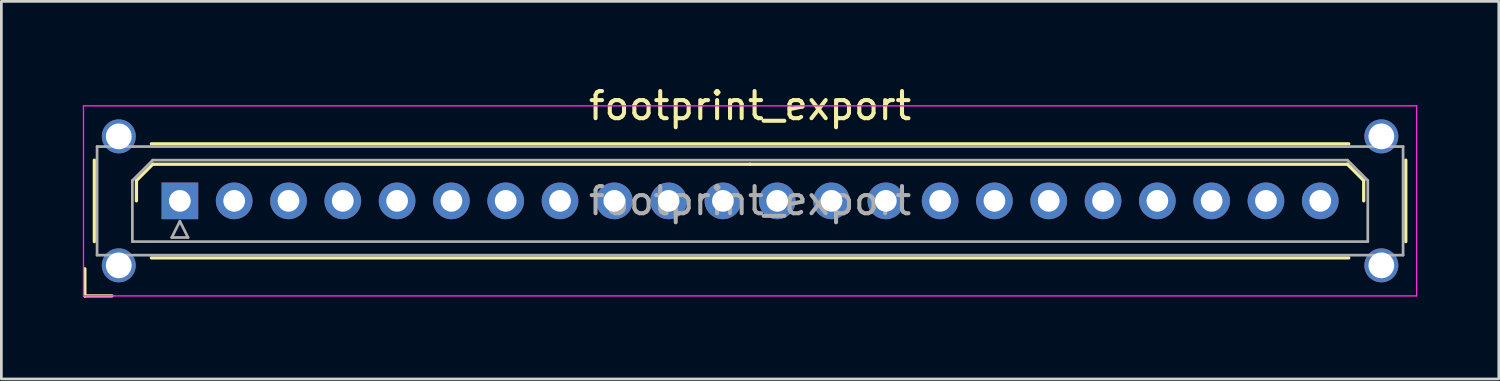
<source format=kicad_pcb>
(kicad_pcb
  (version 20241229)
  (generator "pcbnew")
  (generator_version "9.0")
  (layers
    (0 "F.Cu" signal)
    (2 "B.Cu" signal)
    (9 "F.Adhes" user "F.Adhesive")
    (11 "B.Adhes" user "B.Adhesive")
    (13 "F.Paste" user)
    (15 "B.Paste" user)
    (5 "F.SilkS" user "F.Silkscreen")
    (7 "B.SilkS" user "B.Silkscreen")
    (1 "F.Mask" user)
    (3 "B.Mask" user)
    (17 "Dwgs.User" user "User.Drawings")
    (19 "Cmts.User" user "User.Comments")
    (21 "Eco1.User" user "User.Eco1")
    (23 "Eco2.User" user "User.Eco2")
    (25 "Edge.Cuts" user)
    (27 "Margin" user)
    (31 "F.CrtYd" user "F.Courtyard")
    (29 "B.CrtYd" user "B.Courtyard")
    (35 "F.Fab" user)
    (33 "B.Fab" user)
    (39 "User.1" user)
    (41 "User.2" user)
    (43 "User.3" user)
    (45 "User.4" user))
  (footprint "footprint_export"
    (layer "F.Cu")
    (at 3.575 4.348)
    (property "Reference" "footprint_export" (at 21 -3.5 0) (layer "F.SilkS") (effects (font (size 1 1) (thickness 0.15))))
    (attr through_hole)
    (fp_line (start -3.5 2.5) (end -3.5 3.5) (stroke (width 0.12) (type solid)) (layer "F.SilkS"))
    (fp_line (start -3.5 3.5) (end -2.5 3.5) (stroke (width 0.12) (type solid)) (layer "F.SilkS"))
    (fp_line (start -3.15 -1.5) (end -3.15 1.5) (stroke (width 0.12) (type solid)) (layer "F.SilkS"))
    (fp_line (start -1.6 -0.75) (end -1 -1.35) (stroke (width 0.12) (type solid)) (layer "F.SilkS"))
    (fp_line (start -1.6 0) (end -1.6 -0.75) (stroke (width 0.12) (type solid)) (layer "F.SilkS"))
    (fp_line (start -1.05 -2.1) (end 43.05 -2.1) (stroke (width 0.12) (type solid)) (layer "F.SilkS"))
    (fp_line (start -1.05 2.1) (end 43.05 2.1) (stroke (width 0.12) (type solid)) (layer "F.SilkS"))
    (fp_line (start -1 -1.35) (end 21 -1.35) (stroke (width 0.12) (type solid)) (layer "F.SilkS"))
    (fp_line (start 43 -1.35) (end 21 -1.35) (stroke (width 0.12) (type solid)) (layer "F.SilkS"))
    (fp_line (start 43.6 -0.75) (end 43 -1.35) (stroke (width 0.12) (type solid)) (layer "F.SilkS"))
    (fp_line (start 43.6 0) (end 43.6 -0.75) (stroke (width 0.12) (type solid)) (layer "F.SilkS"))
    (fp_line (start 45.15 -1.5) (end 45.15 1.5) (stroke (width 0.12) (type solid)) (layer "F.SilkS"))
    (fp_line (start -3.55 -3.5) (end -3.55 3.5) (stroke (width 0.05) (type solid)) (layer "F.CrtYd"))
    (fp_line (start -3.55 3.5) (end 45.55 3.5) (stroke (width 0.05) (type solid)) (layer "F.CrtYd"))
    (fp_line (start 45.55 -3.5) (end -3.55 -3.5) (stroke (width 0.05) (type solid)) (layer "F.CrtYd"))
    (fp_line (start 45.55 3.5) (end 45.55 -3.5) (stroke (width 0.05) (type solid)) (layer "F.CrtYd"))
    (fp_line (start -3.05 -2) (end -3.05 2) (stroke (width 0.1) (type solid)) (layer "F.Fab"))
    (fp_line (start -3.05 2) (end 45.05 2) (stroke (width 0.1) (type solid)) (layer "F.Fab"))
    (fp_line (start -1.75 -0.75) (end -1 -1.5) (stroke (width 0.1) (type solid)) (layer "F.Fab"))
    (fp_line (start -1.75 1.5) (end -1.75 -0.75) (stroke (width 0.1) (type solid)) (layer "F.Fab"))
    (fp_line (start -1 -1.5) (end 43 -1.5) (stroke (width 0.1) (type solid)) (layer "F.Fab"))
    (fp_line (start -0.3 1.35) (end 0.3 1.35) (stroke (width 0.1) (type solid)) (layer "F.Fab"))
    (fp_line (start 0 0.75) (end -0.3 1.35) (stroke (width 0.1) (type solid)) (layer "F.Fab"))
    (fp_line (start 0.3 1.35) (end 0 0.75) (stroke (width 0.1) (type solid)) (layer "F.Fab"))
    (fp_line (start 43 -1.5) (end 43.75 -0.75) (stroke (width 0.1) (type solid)) (layer "F.Fab"))
    (fp_line (start 43.75 -0.75) (end 43.75 1.5) (stroke (width 0.1) (type solid)) (layer "F.Fab"))
    (fp_line (start 43.75 1.5) (end -1.75 1.5) (stroke (width 0.1) (type solid)) (layer "F.Fab"))
    (fp_line (start 45.05 -2) (end -3.05 -2) (stroke (width 0.1) (type solid)) (layer "F.Fab"))
    (fp_line (start 45.05 2) (end 45.05 -2) (stroke (width 0.1) (type solid)) (layer "F.Fab"))
    (fp_text user "${REFERENCE}" (at 21 0 0) (layer "F.Fab") (effects (font (size 1 1) (thickness 0.15))))
    (pad "" thru_hole circle (at -2.25 -2.375) (size 1.25 1.25) (drill 0.95) (layers "*.Cu" "*.Mask"))
    (pad "" thru_hole circle (at -2.25 2.375) (size 1.25 1.25) (drill 0.95) (layers "*.Cu" "*.Mask"))
    (pad "" thru_hole circle (at 44.25 -2.375) (size 1.25 1.25) (drill 0.95) (layers "*.Cu" "*.Mask"))
    (pad "" thru_hole circle (at 44.25 2.375) (size 1.25 1.25) (drill 0.95) (layers "*.Cu" "*.Mask"))
    (pad "1" thru_hole rect (at 0 0) (size 1.35 1.35) (drill 0.8) (layers "*.Cu" "*.Mask"))
    (pad "2" thru_hole circle (at 2 0) (size 1.35 1.35) (drill 0.8) (layers "*.Cu" "*.Mask"))
    (pad "3" thru_hole circle (at 4 0) (size 1.35 1.35) (drill 0.8) (layers "*.Cu" "*.Mask"))
    (pad "4" thru_hole circle (at 6 0) (size 1.35 1.35) (drill 0.8) (layers "*.Cu" "*.Mask"))
    (pad "5" thru_hole circle (at 8 0) (size 1.35 1.35) (drill 0.8) (layers "*.Cu" "*.Mask"))
    (pad "6" thru_hole circle (at 10 0) (size 1.35 1.35) (drill 0.8) (layers "*.Cu" "*.Mask"))
    (pad "7" thru_hole circle (at 12 0) (size 1.35 1.35) (drill 0.8) (layers "*.Cu" "*.Mask"))
    (pad "8" thru_hole circle (at 14 0) (size 1.35 1.35) (drill 0.8) (layers "*.Cu" "*.Mask"))
    (pad "9" thru_hole circle (at 16 0) (size 1.35 1.35) (drill 0.8) (layers "*.Cu" "*.Mask"))
    (pad "10" thru_hole circle (at 18 0) (size 1.35 1.35) (drill 0.8) (layers "*.Cu" "*.Mask"))
    (pad "11" thru_hole circle (at 20 0) (size 1.35 1.35) (drill 0.8) (layers "*.Cu" "*.Mask"))
    (pad "12" thru_hole circle (at 22 0) (size 1.35 1.35) (drill 0.8) (layers "*.Cu" "*.Mask"))
    (pad "13" thru_hole circle (at 24 0) (size 1.35 1.35) (drill 0.8) (layers "*.Cu" "*.Mask"))
    (pad "14" thru_hole circle (at 26 0) (size 1.35 1.35) (drill 0.8) (layers "*.Cu" "*.Mask"))
    (pad "15" thru_hole circle (at 28 0) (size 1.35 1.35) (drill 0.8) (layers "*.Cu" "*.Mask"))
    (pad "16" thru_hole circle (at 30 0) (size 1.35 1.35) (drill 0.8) (layers "*.Cu" "*.Mask"))
    (pad "17" thru_hole circle (at 32 0) (size 1.35 1.35) (drill 0.8) (layers "*.Cu" "*.Mask"))
    (pad "18" thru_hole circle (at 34 0) (size 1.35 1.35) (drill 0.8) (layers "*.Cu" "*.Mask"))
    (pad "19" thru_hole circle (at 36 0) (size 1.35 1.35) (drill 0.8) (layers "*.Cu" "*.Mask"))
    (pad "20" thru_hole circle (at 38 0) (size 1.35 1.35) (drill 0.8) (layers "*.Cu" "*.Mask"))
    (pad "21" thru_hole circle (at 40 0) (size 1.35 1.35) (drill 0.8) (layers "*.Cu" "*.Mask"))
    (pad "22" thru_hole circle (at 42 0) (size 1.35 1.35) (drill 0.8) (layers "*.Cu" "*.Mask")))
  (gr_rect
    (start -3 -3)
    (end 52.15 10.908)
    (stroke (width 0.1) (type default))
    (fill no)
    (layer "Edge.Cuts")))
</source>
